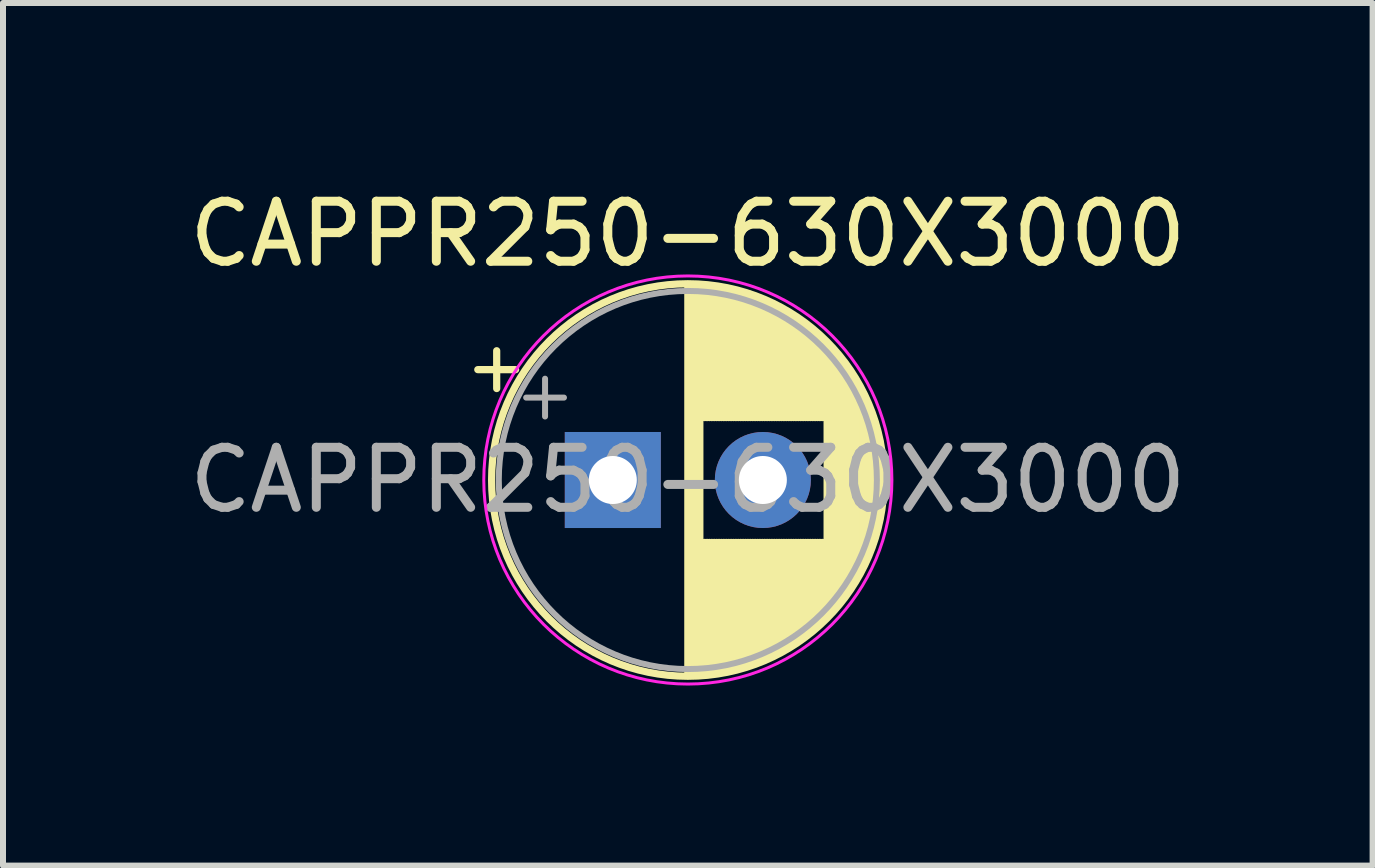
<source format=kicad_pcb>
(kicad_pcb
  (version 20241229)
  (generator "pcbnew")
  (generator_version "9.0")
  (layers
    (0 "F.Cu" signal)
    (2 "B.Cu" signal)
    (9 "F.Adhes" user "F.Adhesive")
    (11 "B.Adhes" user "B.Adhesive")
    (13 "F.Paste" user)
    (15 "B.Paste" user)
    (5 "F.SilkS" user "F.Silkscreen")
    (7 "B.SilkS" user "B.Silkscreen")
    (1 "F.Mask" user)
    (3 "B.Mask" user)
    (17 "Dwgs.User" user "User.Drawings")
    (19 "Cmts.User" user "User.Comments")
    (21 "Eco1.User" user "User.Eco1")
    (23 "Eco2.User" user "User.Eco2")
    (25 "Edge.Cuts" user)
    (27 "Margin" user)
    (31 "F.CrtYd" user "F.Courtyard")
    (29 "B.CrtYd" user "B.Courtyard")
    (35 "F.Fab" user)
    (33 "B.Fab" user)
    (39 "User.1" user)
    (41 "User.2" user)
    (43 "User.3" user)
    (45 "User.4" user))
  (footprint "CAPPR250-630X3000"
    (layer "F.Cu")
    (at 8.411 4.948)
    (property "Reference" "CAPPR250-630X3000" (at 0 -4.1 0) (layer "F.SilkS") (effects (font (size 1 1) (thickness 0.15))))
    (attr through_hole)
    (fp_line (start -3.5 -1.839) (end -2.87 -1.839) (stroke (width 0.12) (type solid)) (layer "F.SilkS"))
    (fp_line (start -3.185 -2.154) (end -3.185 -1.524) (stroke (width 0.12) (type solid)) (layer "F.SilkS"))
    (fp_line (start 0 -3.23) (end 0 3.23) (stroke (width 0.12) (type solid)) (layer "F.SilkS"))
    (fp_line (start 0.04 -3.23) (end 0.04 3.23) (stroke (width 0.12) (type solid)) (layer "F.SilkS"))
    (fp_line (start 0.08 -3.23) (end 0.08 3.23) (stroke (width 0.12) (type solid)) (layer "F.SilkS"))
    (fp_line (start 0.12 -3.228) (end 0.12 3.228) (stroke (width 0.12) (type solid)) (layer "F.SilkS"))
    (fp_line (start 0.16 -3.227) (end 0.16 3.227) (stroke (width 0.12) (type solid)) (layer "F.SilkS"))
    (fp_line (start 0.2 -3.224) (end 0.2 3.224) (stroke (width 0.12) (type solid)) (layer "F.SilkS"))
    (fp_line (start 0.24 -3.222) (end 0.24 -1.04) (stroke (width 0.12) (type solid)) (layer "F.SilkS"))
    (fp_line (start 0.24 1.04) (end 0.24 3.222) (stroke (width 0.12) (type solid)) (layer "F.SilkS"))
    (fp_line (start 0.28 -3.218) (end 0.28 -1.04) (stroke (width 0.12) (type solid)) (layer "F.SilkS"))
    (fp_line (start 0.28 1.04) (end 0.28 3.218) (stroke (width 0.12) (type solid)) (layer "F.SilkS"))
    (fp_line (start 0.32 -3.215) (end 0.32 -1.04) (stroke (width 0.12) (type solid)) (layer "F.SilkS"))
    (fp_line (start 0.32 1.04) (end 0.32 3.215) (stroke (width 0.12) (type solid)) (layer "F.SilkS"))
    (fp_line (start 0.36 -3.211) (end 0.36 -1.04) (stroke (width 0.12) (type solid)) (layer "F.SilkS"))
    (fp_line (start 0.36 1.04) (end 0.36 3.211) (stroke (width 0.12) (type solid)) (layer "F.SilkS"))
    (fp_line (start 0.4 -3.206) (end 0.4 -1.04) (stroke (width 0.12) (type solid)) (layer "F.SilkS"))
    (fp_line (start 0.4 1.04) (end 0.4 3.206) (stroke (width 0.12) (type solid)) (layer "F.SilkS"))
    (fp_line (start 0.44 -3.201) (end 0.44 -1.04) (stroke (width 0.12) (type solid)) (layer "F.SilkS"))
    (fp_line (start 0.44 1.04) (end 0.44 3.201) (stroke (width 0.12) (type solid)) (layer "F.SilkS"))
    (fp_line (start 0.48 -3.195) (end 0.48 -1.04) (stroke (width 0.12) (type solid)) (layer "F.SilkS"))
    (fp_line (start 0.48 1.04) (end 0.48 3.195) (stroke (width 0.12) (type solid)) (layer "F.SilkS"))
    (fp_line (start 0.52 -3.189) (end 0.52 -1.04) (stroke (width 0.12) (type solid)) (layer "F.SilkS"))
    (fp_line (start 0.52 1.04) (end 0.52 3.189) (stroke (width 0.12) (type solid)) (layer "F.SilkS"))
    (fp_line (start 0.56 -3.182) (end 0.56 -1.04) (stroke (width 0.12) (type solid)) (layer "F.SilkS"))
    (fp_line (start 0.56 1.04) (end 0.56 3.182) (stroke (width 0.12) (type solid)) (layer "F.SilkS"))
    (fp_line (start 0.6 -3.175) (end 0.6 -1.04) (stroke (width 0.12) (type solid)) (layer "F.SilkS"))
    (fp_line (start 0.6 1.04) (end 0.6 3.175) (stroke (width 0.12) (type solid)) (layer "F.SilkS"))
    (fp_line (start 0.64 -3.167) (end 0.64 -1.04) (stroke (width 0.12) (type solid)) (layer "F.SilkS"))
    (fp_line (start 0.64 1.04) (end 0.64 3.167) (stroke (width 0.12) (type solid)) (layer "F.SilkS"))
    (fp_line (start 0.68 -3.159) (end 0.68 -1.04) (stroke (width 0.12) (type solid)) (layer "F.SilkS"))
    (fp_line (start 0.68 1.04) (end 0.68 3.159) (stroke (width 0.12) (type solid)) (layer "F.SilkS"))
    (fp_line (start 0.721 -3.15) (end 0.721 -1.04) (stroke (width 0.12) (type solid)) (layer "F.SilkS"))
    (fp_line (start 0.721 1.04) (end 0.721 3.15) (stroke (width 0.12) (type solid)) (layer "F.SilkS"))
    (fp_line (start 0.761 -3.141) (end 0.761 -1.04) (stroke (width 0.12) (type solid)) (layer "F.SilkS"))
    (fp_line (start 0.761 1.04) (end 0.761 3.141) (stroke (width 0.12) (type solid)) (layer "F.SilkS"))
    (fp_line (start 0.801 -3.131) (end 0.801 -1.04) (stroke (width 0.12) (type solid)) (layer "F.SilkS"))
    (fp_line (start 0.801 1.04) (end 0.801 3.131) (stroke (width 0.12) (type solid)) (layer "F.SilkS"))
    (fp_line (start 0.841 -3.121) (end 0.841 -1.04) (stroke (width 0.12) (type solid)) (layer "F.SilkS"))
    (fp_line (start 0.841 1.04) (end 0.841 3.121) (stroke (width 0.12) (type solid)) (layer "F.SilkS"))
    (fp_line (start 0.881 -3.11) (end 0.881 -1.04) (stroke (width 0.12) (type solid)) (layer "F.SilkS"))
    (fp_line (start 0.881 1.04) (end 0.881 3.11) (stroke (width 0.12) (type solid)) (layer "F.SilkS"))
    (fp_line (start 0.921 -3.098) (end 0.921 -1.04) (stroke (width 0.12) (type solid)) (layer "F.SilkS"))
    (fp_line (start 0.921 1.04) (end 0.921 3.098) (stroke (width 0.12) (type solid)) (layer "F.SilkS"))
    (fp_line (start 0.961 -3.086) (end 0.961 -1.04) (stroke (width 0.12) (type solid)) (layer "F.SilkS"))
    (fp_line (start 0.961 1.04) (end 0.961 3.086) (stroke (width 0.12) (type solid)) (layer "F.SilkS"))
    (fp_line (start 1.001 -3.074) (end 1.001 -1.04) (stroke (width 0.12) (type solid)) (layer "F.SilkS"))
    (fp_line (start 1.001 1.04) (end 1.001 3.074) (stroke (width 0.12) (type solid)) (layer "F.SilkS"))
    (fp_line (start 1.041 -3.061) (end 1.041 -1.04) (stroke (width 0.12) (type solid)) (layer "F.SilkS"))
    (fp_line (start 1.041 1.04) (end 1.041 3.061) (stroke (width 0.12) (type solid)) (layer "F.SilkS"))
    (fp_line (start 1.081 -3.047) (end 1.081 -1.04) (stroke (width 0.12) (type solid)) (layer "F.SilkS"))
    (fp_line (start 1.081 1.04) (end 1.081 3.047) (stroke (width 0.12) (type solid)) (layer "F.SilkS"))
    (fp_line (start 1.121 -3.033) (end 1.121 -1.04) (stroke (width 0.12) (type solid)) (layer "F.SilkS"))
    (fp_line (start 1.121 1.04) (end 1.121 3.033) (stroke (width 0.12) (type solid)) (layer "F.SilkS"))
    (fp_line (start 1.161 -3.018) (end 1.161 -1.04) (stroke (width 0.12) (type solid)) (layer "F.SilkS"))
    (fp_line (start 1.161 1.04) (end 1.161 3.018) (stroke (width 0.12) (type solid)) (layer "F.SilkS"))
    (fp_line (start 1.201 -3.002) (end 1.201 -1.04) (stroke (width 0.12) (type solid)) (layer "F.SilkS"))
    (fp_line (start 1.201 1.04) (end 1.201 3.002) (stroke (width 0.12) (type solid)) (layer "F.SilkS"))
    (fp_line (start 1.241 -2.986) (end 1.241 -1.04) (stroke (width 0.12) (type solid)) (layer "F.SilkS"))
    (fp_line (start 1.241 1.04) (end 1.241 2.986) (stroke (width 0.12) (type solid)) (layer "F.SilkS"))
    (fp_line (start 1.281 -2.97) (end 1.281 -1.04) (stroke (width 0.12) (type solid)) (layer "F.SilkS"))
    (fp_line (start 1.281 1.04) (end 1.281 2.97) (stroke (width 0.12) (type solid)) (layer "F.SilkS"))
    (fp_line (start 1.321 -2.952) (end 1.321 -1.04) (stroke (width 0.12) (type solid)) (layer "F.SilkS"))
    (fp_line (start 1.321 1.04) (end 1.321 2.952) (stroke (width 0.12) (type solid)) (layer "F.SilkS"))
    (fp_line (start 1.361 -2.934) (end 1.361 -1.04) (stroke (width 0.12) (type solid)) (layer "F.SilkS"))
    (fp_line (start 1.361 1.04) (end 1.361 2.934) (stroke (width 0.12) (type solid)) (layer "F.SilkS"))
    (fp_line (start 1.401 -2.916) (end 1.401 -1.04) (stroke (width 0.12) (type solid)) (layer "F.SilkS"))
    (fp_line (start 1.401 1.04) (end 1.401 2.916) (stroke (width 0.12) (type solid)) (layer "F.SilkS"))
    (fp_line (start 1.441 -2.896) (end 1.441 -1.04) (stroke (width 0.12) (type solid)) (layer "F.SilkS"))
    (fp_line (start 1.441 1.04) (end 1.441 2.896) (stroke (width 0.12) (type solid)) (layer "F.SilkS"))
    (fp_line (start 1.481 -2.876) (end 1.481 -1.04) (stroke (width 0.12) (type solid)) (layer "F.SilkS"))
    (fp_line (start 1.481 1.04) (end 1.481 2.876) (stroke (width 0.12) (type solid)) (layer "F.SilkS"))
    (fp_line (start 1.521 -2.856) (end 1.521 -1.04) (stroke (width 0.12) (type solid)) (layer "F.SilkS"))
    (fp_line (start 1.521 1.04) (end 1.521 2.856) (stroke (width 0.12) (type solid)) (layer "F.SilkS"))
    (fp_line (start 1.561 -2.834) (end 1.561 -1.04) (stroke (width 0.12) (type solid)) (layer "F.SilkS"))
    (fp_line (start 1.561 1.04) (end 1.561 2.834) (stroke (width 0.12) (type solid)) (layer "F.SilkS"))
    (fp_line (start 1.601 -2.812) (end 1.601 -1.04) (stroke (width 0.12) (type solid)) (layer "F.SilkS"))
    (fp_line (start 1.601 1.04) (end 1.601 2.812) (stroke (width 0.12) (type solid)) (layer "F.SilkS"))
    (fp_line (start 1.641 -2.79) (end 1.641 -1.04) (stroke (width 0.12) (type solid)) (layer "F.SilkS"))
    (fp_line (start 1.641 1.04) (end 1.641 2.79) (stroke (width 0.12) (type solid)) (layer "F.SilkS"))
    (fp_line (start 1.681 -2.766) (end 1.681 -1.04) (stroke (width 0.12) (type solid)) (layer "F.SilkS"))
    (fp_line (start 1.681 1.04) (end 1.681 2.766) (stroke (width 0.12) (type solid)) (layer "F.SilkS"))
    (fp_line (start 1.721 -2.742) (end 1.721 -1.04) (stroke (width 0.12) (type solid)) (layer "F.SilkS"))
    (fp_line (start 1.721 1.04) (end 1.721 2.742) (stroke (width 0.12) (type solid)) (layer "F.SilkS"))
    (fp_line (start 1.761 -2.716) (end 1.761 -1.04) (stroke (width 0.12) (type solid)) (layer "F.SilkS"))
    (fp_line (start 1.761 1.04) (end 1.761 2.716) (stroke (width 0.12) (type solid)) (layer "F.SilkS"))
    (fp_line (start 1.801 -2.69) (end 1.801 -1.04) (stroke (width 0.12) (type solid)) (layer "F.SilkS"))
    (fp_line (start 1.801 1.04) (end 1.801 2.69) (stroke (width 0.12) (type solid)) (layer "F.SilkS"))
    (fp_line (start 1.841 -2.664) (end 1.841 -1.04) (stroke (width 0.12) (type solid)) (layer "F.SilkS"))
    (fp_line (start 1.841 1.04) (end 1.841 2.664) (stroke (width 0.12) (type solid)) (layer "F.SilkS"))
    (fp_line (start 1.881 -2.636) (end 1.881 -1.04) (stroke (width 0.12) (type solid)) (layer "F.SilkS"))
    (fp_line (start 1.881 1.04) (end 1.881 2.636) (stroke (width 0.12) (type solid)) (layer "F.SilkS"))
    (fp_line (start 1.921 -2.607) (end 1.921 -1.04) (stroke (width 0.12) (type solid)) (layer "F.SilkS"))
    (fp_line (start 1.921 1.04) (end 1.921 2.607) (stroke (width 0.12) (type solid)) (layer "F.SilkS"))
    (fp_line (start 1.961 -2.578) (end 1.961 -1.04) (stroke (width 0.12) (type solid)) (layer "F.SilkS"))
    (fp_line (start 1.961 1.04) (end 1.961 2.578) (stroke (width 0.12) (type solid)) (layer "F.SilkS"))
    (fp_line (start 2.001 -2.548) (end 2.001 -1.04) (stroke (width 0.12) (type solid)) (layer "F.SilkS"))
    (fp_line (start 2.001 1.04) (end 2.001 2.548) (stroke (width 0.12) (type solid)) (layer "F.SilkS"))
    (fp_line (start 2.041 -2.516) (end 2.041 -1.04) (stroke (width 0.12) (type solid)) (layer "F.SilkS"))
    (fp_line (start 2.041 1.04) (end 2.041 2.516) (stroke (width 0.12) (type solid)) (layer "F.SilkS"))
    (fp_line (start 2.081 -2.484) (end 2.081 -1.04) (stroke (width 0.12) (type solid)) (layer "F.SilkS"))
    (fp_line (start 2.081 1.04) (end 2.081 2.484) (stroke (width 0.12) (type solid)) (layer "F.SilkS"))
    (fp_line (start 2.121 -2.45) (end 2.121 -1.04) (stroke (width 0.12) (type solid)) (layer "F.SilkS"))
    (fp_line (start 2.121 1.04) (end 2.121 2.45) (stroke (width 0.12) (type solid)) (layer "F.SilkS"))
    (fp_line (start 2.161 -2.416) (end 2.161 -1.04) (stroke (width 0.12) (type solid)) (layer "F.SilkS"))
    (fp_line (start 2.161 1.04) (end 2.161 2.416) (stroke (width 0.12) (type solid)) (layer "F.SilkS"))
    (fp_line (start 2.201 -2.38) (end 2.201 -1.04) (stroke (width 0.12) (type solid)) (layer "F.SilkS"))
    (fp_line (start 2.201 1.04) (end 2.201 2.38) (stroke (width 0.12) (type solid)) (layer "F.SilkS"))
    (fp_line (start 2.241 -2.343) (end 2.241 -1.04) (stroke (width 0.12) (type solid)) (layer "F.SilkS"))
    (fp_line (start 2.241 1.04) (end 2.241 2.343) (stroke (width 0.12) (type solid)) (layer "F.SilkS"))
    (fp_line (start 2.281 -2.305) (end 2.281 -1.04) (stroke (width 0.12) (type solid)) (layer "F.SilkS"))
    (fp_line (start 2.281 1.04) (end 2.281 2.305) (stroke (width 0.12) (type solid)) (layer "F.SilkS"))
    (fp_line (start 2.321 -2.265) (end 2.321 2.265) (stroke (width 0.12) (type solid)) (layer "F.SilkS"))
    (fp_line (start 2.361 -2.224) (end 2.361 2.224) (stroke (width 0.12) (type solid)) (layer "F.SilkS"))
    (fp_line (start 2.401 -2.182) (end 2.401 2.182) (stroke (width 0.12) (type solid)) (layer "F.SilkS"))
    (fp_line (start 2.441 -2.137) (end 2.441 2.137) (stroke (width 0.12) (type solid)) (layer "F.SilkS"))
    (fp_line (start 2.481 -2.092) (end 2.481 2.092) (stroke (width 0.12) (type solid)) (layer "F.SilkS"))
    (fp_line (start 2.521 -2.044) (end 2.521 2.044) (stroke (width 0.12) (type solid)) (layer "F.SilkS"))
    (fp_line (start 2.561 -1.995) (end 2.561 1.995) (stroke (width 0.12) (type solid)) (layer "F.SilkS"))
    (fp_line (start 2.601 -1.944) (end 2.601 1.944) (stroke (width 0.12) (type solid)) (layer "F.SilkS"))
    (fp_line (start 2.641 -1.89) (end 2.641 1.89) (stroke (width 0.12) (type solid)) (layer "F.SilkS"))
    (fp_line (start 2.681 -1.834) (end 2.681 1.834) (stroke (width 0.12) (type solid)) (layer "F.SilkS"))
    (fp_line (start 2.721 -1.776) (end 2.721 1.776) (stroke (width 0.12) (type solid)) (layer "F.SilkS"))
    (fp_line (start 2.761 -1.714) (end 2.761 1.714) (stroke (width 0.12) (type solid)) (layer "F.SilkS"))
    (fp_line (start 2.801 -1.65) (end 2.801 1.65) (stroke (width 0.12) (type solid)) (layer "F.SilkS"))
    (fp_line (start 2.841 -1.581) (end 2.841 1.581) (stroke (width 0.12) (type solid)) (layer "F.SilkS"))
    (fp_line (start 2.881 -1.509) (end 2.881 1.509) (stroke (width 0.12) (type solid)) (layer "F.SilkS"))
    (fp_line (start 2.921 -1.432) (end 2.921 1.432) (stroke (width 0.12) (type solid)) (layer "F.SilkS"))
    (fp_line (start 2.961 -1.35) (end 2.961 1.35) (stroke (width 0.12) (type solid)) (layer "F.SilkS"))
    (fp_line (start 3.001 -1.262) (end 3.001 1.262) (stroke (width 0.12) (type solid)) (layer "F.SilkS"))
    (fp_line (start 3.041 -1.165) (end 3.041 1.165) (stroke (width 0.12) (type solid)) (layer "F.SilkS"))
    (fp_line (start 3.081 -1.059) (end 3.081 1.059) (stroke (width 0.12) (type solid)) (layer "F.SilkS"))
    (fp_line (start 3.121 -0.94) (end 3.121 0.94) (stroke (width 0.12) (type solid)) (layer "F.SilkS"))
    (fp_line (start 3.161 -0.802) (end 3.161 0.802) (stroke (width 0.12) (type solid)) (layer "F.SilkS"))
    (fp_line (start 3.201 -0.633) (end 3.201 0.633) (stroke (width 0.12) (type solid)) (layer "F.SilkS"))
    (fp_line (start 3.241 -0.402) (end 3.241 0.402) (stroke (width 0.12) (type solid)) (layer "F.SilkS"))
    (fp_circle (center 0 0) (end 3.27 0) (stroke (width 0.12) (type solid)) (fill no) (layer "F.SilkS"))
    (fp_circle (center 0 0) (end 3.4 0) (stroke (width 0.05) (type solid)) (fill no) (layer "F.CrtYd"))
    (fp_line (start -2.694 -1.373) (end -2.064 -1.373) (stroke (width 0.1) (type solid)) (layer "F.Fab"))
    (fp_line (start -2.379 -1.688) (end -2.379 -1.058) (stroke (width 0.1) (type solid)) (layer "F.Fab"))
    (fp_circle (center 0 0) (end 3.15 0) (stroke (width 0.1) (type solid)) (fill no) (layer "F.Fab"))
    (fp_text user "${REFERENCE}" (at 0 0 0) (layer "F.Fab") (effects (font (size 1 1) (thickness 0.15))))
    (pad "1" thru_hole rect (at -1.25 0) (size 1.6 1.6) (drill 0.8) (layers "*.Cu" "*.Mask"))
    (pad "2" thru_hole circle (at 1.25 0) (size 1.6 1.6) (drill 0.8) (layers "*.Cu" "*.Mask")))
  (gr_rect
    (start -3 -3)
    (end 19.821 11.373)
    (stroke (width 0.1) (type default))
    (fill no)
    (layer "Edge.Cuts")))
</source>
